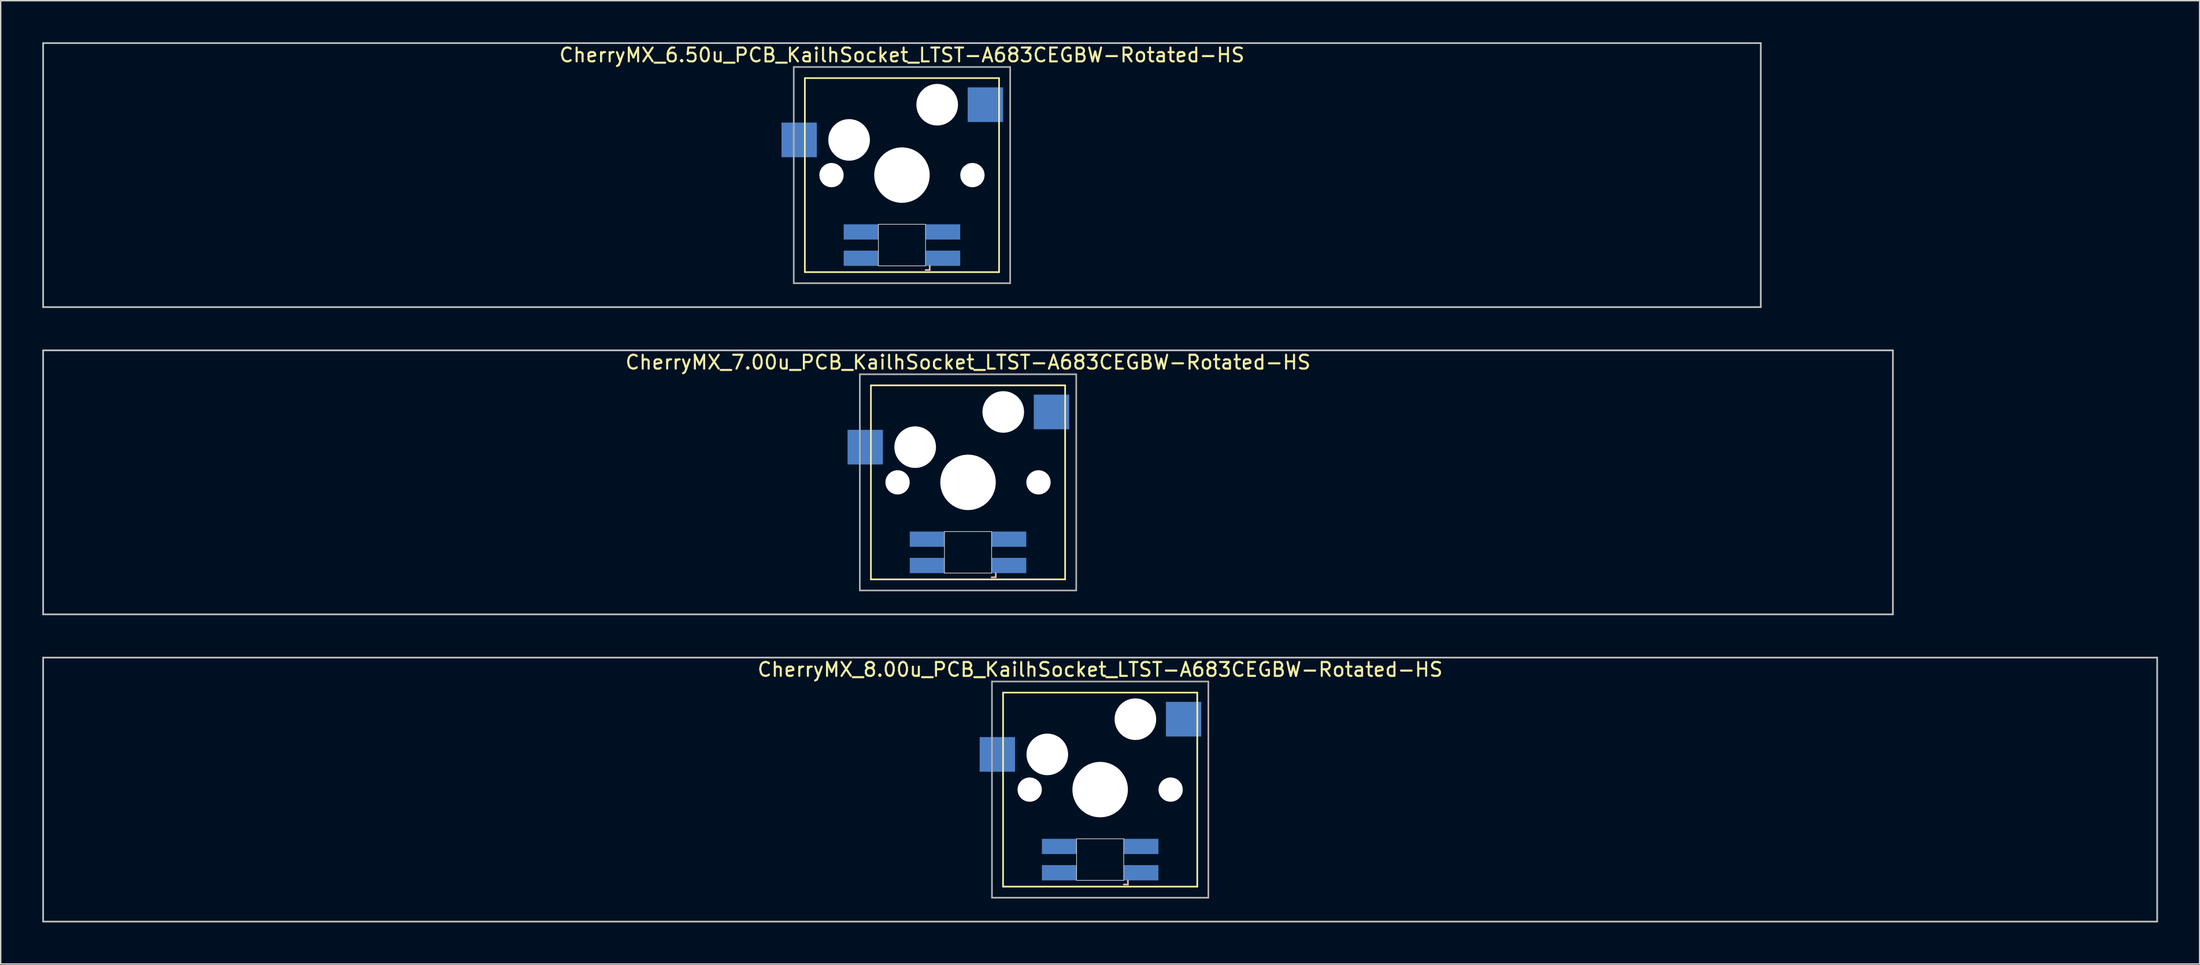
<source format=kicad_pcb>
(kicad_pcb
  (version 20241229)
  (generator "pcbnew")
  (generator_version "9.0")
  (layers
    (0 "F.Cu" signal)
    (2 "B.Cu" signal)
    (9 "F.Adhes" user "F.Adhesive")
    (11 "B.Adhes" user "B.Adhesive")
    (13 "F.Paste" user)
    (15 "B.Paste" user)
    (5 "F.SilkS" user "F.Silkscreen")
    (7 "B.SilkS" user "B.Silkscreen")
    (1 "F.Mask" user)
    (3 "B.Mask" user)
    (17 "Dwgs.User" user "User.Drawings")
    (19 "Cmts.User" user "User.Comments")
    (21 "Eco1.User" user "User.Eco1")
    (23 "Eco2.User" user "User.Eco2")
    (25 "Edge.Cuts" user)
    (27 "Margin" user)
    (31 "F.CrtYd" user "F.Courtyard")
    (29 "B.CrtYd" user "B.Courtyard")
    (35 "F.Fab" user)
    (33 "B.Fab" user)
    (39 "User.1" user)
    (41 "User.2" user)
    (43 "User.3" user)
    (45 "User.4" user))
  (footprint "CherryMX_7.00u_PCB_KailhSocket_LTST-A683CEGBW-Rotated-HS"
    (layer "F.Cu")
    (at 66.735 31.755)
    (property "Reference" "CherryMX_7.00u_PCB_KailhSocket_LTST-A683CEGBW-Rotated-HS" (at 0 -8.662 0) (layer "F.SilkS") (effects (font (size 1 1) (thickness 0.15))))
    (attr through_hole)
    (fp_line (start -7 -7) (end -7 7) (stroke (width 0.12) (type solid)) (layer "F.SilkS"))
    (fp_line (start -7 -7) (end 7 -7) (stroke (width 0.12) (type solid)) (layer "F.SilkS"))
    (fp_line (start 7 -7) (end 7 7) (stroke (width 0.12) (type solid)) (layer "F.SilkS"))
    (fp_line (start 7 7) (end -7 7) (stroke (width 0.12) (type solid)) (layer "F.SilkS"))
    (fp_line (start 1.7 6.85) (end 2 6.85) (stroke (width 0.12) (type solid)) (layer "B.SilkS"))
    (fp_line (start 2 6.85) (end 2 6.55) (stroke (width 0.12) (type solid)) (layer "B.SilkS"))
    (fp_line (start -66.675 -9.525) (end 66.675 -9.525) (stroke (width 0.12) (type solid)) (layer "Dwgs.User"))
    (fp_line (start -66.675 9.525) (end -66.675 -9.525) (stroke (width 0.12) (type solid)) (layer "Dwgs.User"))
    (fp_line (start 66.675 -9.525) (end 66.675 9.525) (stroke (width 0.12) (type solid)) (layer "Dwgs.User"))
    (fp_line (start 66.675 9.525) (end -66.675 9.525) (stroke (width 0.12) (type solid)) (layer "Dwgs.User"))
    (fp_line (start -1.7 3.55) (end 1.7 3.55) (stroke (width 0.05) (type solid)) (layer "Edge.Cuts"))
    (fp_line (start -1.7 6.55) (end -1.7 3.55) (stroke (width 0.05) (type solid)) (layer "Edge.Cuts"))
    (fp_line (start 1.7 3.55) (end 1.7 6.55) (stroke (width 0.05) (type solid)) (layer "Edge.Cuts"))
    (fp_line (start 1.7 6.55) (end -1.7 6.55) (stroke (width 0.05) (type solid)) (layer "Edge.Cuts"))
    (fp_line (start -7.8 -7.8) (end -7.8 7.8) (stroke (width 0.12) (type solid)) (layer "F.Fab"))
    (fp_line (start -7.8 -7.8) (end 7.8 -7.8) (stroke (width 0.12) (type solid)) (layer "F.Fab"))
    (fp_line (start -7.8 7.8) (end 7.8 7.8) (stroke (width 0.12) (type solid)) (layer "F.Fab"))
    (fp_line (start 7.8 -7.8) (end 7.8 7.8) (stroke (width 0.12) (type solid)) (layer "F.Fab"))
    (pad "" np_thru_hole circle (at -5.08 0) (size 1.75 1.75) (drill 1.75) (layers "*.Cu" "*.Mask"))
    (pad "" np_thru_hole circle (at -3.81 -2.54) (size 3 3) (drill 3) (layers "*.Cu" "*.Mask"))
    (pad "" np_thru_hole circle (at 0 0) (size 4 4) (drill 4) (layers "*.Cu" "*.Mask"))
    (pad "" np_thru_hole circle (at 2.54 -5.08) (size 3 3) (drill 3) (layers "*.Cu" "*.Mask"))
    (pad "" np_thru_hole circle (at 5.08 0) (size 1.75 1.75) (drill 1.75) (layers "*.Cu" "*.Mask"))
    (pad "1" smd rect (at -7.41 -2.54) (size 2.55 2.5) (layers "B.Cu" "B.Mask" "B.Paste"))
    (pad "2" smd rect (at 6.015 -5.08) (size 2.55 2.5) (layers "B.Cu" "B.Mask" "B.Paste"))
    (pad "3" smd rect (at 2.95 6) (size 2.5 1.1) (layers "B.Cu" "B.Mask" "B.Paste"))
    (pad "4" smd rect (at 2.95 4.1) (size 2.5 1.1) (layers "B.Cu" "B.Mask" "B.Paste"))
    (pad "5" smd rect (at -2.95 6) (size 2.5 1.1) (layers "B.Cu" "B.Mask" "B.Paste"))
    (pad "6" smd rect (at -2.95 4.1) (size 2.5 1.1) (layers "B.Cu" "B.Mask" "B.Paste")))
  (footprint "CherryMX_6.50u_PCB_KailhSocket_LTST-A683CEGBW-Rotated-HS"
    (layer "F.Cu")
    (at 61.972 9.585)
    (property "Reference" "CherryMX_6.50u_PCB_KailhSocket_LTST-A683CEGBW-Rotated-HS" (at 0 -8.662 0) (layer "F.SilkS") (effects (font (size 1 1) (thickness 0.15))))
    (attr through_hole)
    (fp_line (start -7 -7) (end -7 7) (stroke (width 0.12) (type solid)) (layer "F.SilkS"))
    (fp_line (start -7 -7) (end 7 -7) (stroke (width 0.12) (type solid)) (layer "F.SilkS"))
    (fp_line (start 7 -7) (end 7 7) (stroke (width 0.12) (type solid)) (layer "F.SilkS"))
    (fp_line (start 7 7) (end -7 7) (stroke (width 0.12) (type solid)) (layer "F.SilkS"))
    (fp_line (start 1.7 6.85) (end 2 6.85) (stroke (width 0.12) (type solid)) (layer "B.SilkS"))
    (fp_line (start 2 6.85) (end 2 6.55) (stroke (width 0.12) (type solid)) (layer "B.SilkS"))
    (fp_line (start -61.913 -9.525) (end 61.913 -9.525) (stroke (width 0.12) (type solid)) (layer "Dwgs.User"))
    (fp_line (start -61.913 9.525) (end -61.913 -9.525) (stroke (width 0.12) (type solid)) (layer "Dwgs.User"))
    (fp_line (start 61.913 -9.525) (end 61.913 9.525) (stroke (width 0.12) (type solid)) (layer "Dwgs.User"))
    (fp_line (start 61.913 9.525) (end -61.913 9.525) (stroke (width 0.12) (type solid)) (layer "Dwgs.User"))
    (fp_line (start -1.7 3.55) (end 1.7 3.55) (stroke (width 0.05) (type solid)) (layer "Edge.Cuts"))
    (fp_line (start -1.7 6.55) (end -1.7 3.55) (stroke (width 0.05) (type solid)) (layer "Edge.Cuts"))
    (fp_line (start 1.7 3.55) (end 1.7 6.55) (stroke (width 0.05) (type solid)) (layer "Edge.Cuts"))
    (fp_line (start 1.7 6.55) (end -1.7 6.55) (stroke (width 0.05) (type solid)) (layer "Edge.Cuts"))
    (fp_line (start -7.8 -7.8) (end -7.8 7.8) (stroke (width 0.12) (type solid)) (layer "F.Fab"))
    (fp_line (start -7.8 -7.8) (end 7.8 -7.8) (stroke (width 0.12) (type solid)) (layer "F.Fab"))
    (fp_line (start -7.8 7.8) (end 7.8 7.8) (stroke (width 0.12) (type solid)) (layer "F.Fab"))
    (fp_line (start 7.8 -7.8) (end 7.8 7.8) (stroke (width 0.12) (type solid)) (layer "F.Fab"))
    (pad "" np_thru_hole circle (at -5.08 0) (size 1.75 1.75) (drill 1.75) (layers "*.Cu" "*.Mask"))
    (pad "" np_thru_hole circle (at -3.81 -2.54) (size 3 3) (drill 3) (layers "*.Cu" "*.Mask"))
    (pad "" np_thru_hole circle (at 0 0) (size 4 4) (drill 4) (layers "*.Cu" "*.Mask"))
    (pad "" np_thru_hole circle (at 2.54 -5.08) (size 3 3) (drill 3) (layers "*.Cu" "*.Mask"))
    (pad "" np_thru_hole circle (at 5.08 0) (size 1.75 1.75) (drill 1.75) (layers "*.Cu" "*.Mask"))
    (pad "1" smd rect (at -7.41 -2.54) (size 2.55 2.5) (layers "B.Cu" "B.Mask" "B.Paste"))
    (pad "2" smd rect (at 6.015 -5.08) (size 2.55 2.5) (layers "B.Cu" "B.Mask" "B.Paste"))
    (pad "3" smd rect (at 2.95 6) (size 2.5 1.1) (layers "B.Cu" "B.Mask" "B.Paste"))
    (pad "4" smd rect (at 2.95 4.1) (size 2.5 1.1) (layers "B.Cu" "B.Mask" "B.Paste"))
    (pad "5" smd rect (at -2.95 6) (size 2.5 1.1) (layers "B.Cu" "B.Mask" "B.Paste"))
    (pad "6" smd rect (at -2.95 4.1) (size 2.5 1.1) (layers "B.Cu" "B.Mask" "B.Paste")))
  (footprint "CherryMX_8.00u_PCB_KailhSocket_LTST-A683CEGBW-Rotated-HS"
    (layer "F.Cu")
    (at 76.26 53.925)
    (property "Reference" "CherryMX_8.00u_PCB_KailhSocket_LTST-A683CEGBW-Rotated-HS" (at 0 -8.662 0) (layer "F.SilkS") (effects (font (size 1 1) (thickness 0.15))))
    (attr through_hole)
    (fp_line (start -7 -7) (end -7 7) (stroke (width 0.12) (type solid)) (layer "F.SilkS"))
    (fp_line (start -7 -7) (end 7 -7) (stroke (width 0.12) (type solid)) (layer "F.SilkS"))
    (fp_line (start 7 -7) (end 7 7) (stroke (width 0.12) (type solid)) (layer "F.SilkS"))
    (fp_line (start 7 7) (end -7 7) (stroke (width 0.12) (type solid)) (layer "F.SilkS"))
    (fp_line (start 1.7 6.85) (end 2 6.85) (stroke (width 0.12) (type solid)) (layer "B.SilkS"))
    (fp_line (start 2 6.85) (end 2 6.55) (stroke (width 0.12) (type solid)) (layer "B.SilkS"))
    (fp_line (start -76.2 -9.525) (end 76.2 -9.525) (stroke (width 0.12) (type solid)) (layer "Dwgs.User"))
    (fp_line (start -76.2 9.525) (end -76.2 -9.525) (stroke (width 0.12) (type solid)) (layer "Dwgs.User"))
    (fp_line (start 76.2 -9.525) (end 76.2 9.525) (stroke (width 0.12) (type solid)) (layer "Dwgs.User"))
    (fp_line (start 76.2 9.525) (end -76.2 9.525) (stroke (width 0.12) (type solid)) (layer "Dwgs.User"))
    (fp_line (start -1.7 3.55) (end 1.7 3.55) (stroke (width 0.05) (type solid)) (layer "Edge.Cuts"))
    (fp_line (start -1.7 6.55) (end -1.7 3.55) (stroke (width 0.05) (type solid)) (layer "Edge.Cuts"))
    (fp_line (start 1.7 3.55) (end 1.7 6.55) (stroke (width 0.05) (type solid)) (layer "Edge.Cuts"))
    (fp_line (start 1.7 6.55) (end -1.7 6.55) (stroke (width 0.05) (type solid)) (layer "Edge.Cuts"))
    (fp_line (start -7.8 -7.8) (end -7.8 7.8) (stroke (width 0.12) (type solid)) (layer "F.Fab"))
    (fp_line (start -7.8 -7.8) (end 7.8 -7.8) (stroke (width 0.12) (type solid)) (layer "F.Fab"))
    (fp_line (start -7.8 7.8) (end 7.8 7.8) (stroke (width 0.12) (type solid)) (layer "F.Fab"))
    (fp_line (start 7.8 -7.8) (end 7.8 7.8) (stroke (width 0.12) (type solid)) (layer "F.Fab"))
    (pad "" np_thru_hole circle (at -5.08 0) (size 1.75 1.75) (drill 1.75) (layers "*.Cu" "*.Mask"))
    (pad "" np_thru_hole circle (at -3.81 -2.54) (size 3 3) (drill 3) (layers "*.Cu" "*.Mask"))
    (pad "" np_thru_hole circle (at 0 0) (size 4 4) (drill 4) (layers "*.Cu" "*.Mask"))
    (pad "" np_thru_hole circle (at 2.54 -5.08) (size 3 3) (drill 3) (layers "*.Cu" "*.Mask"))
    (pad "" np_thru_hole circle (at 5.08 0) (size 1.75 1.75) (drill 1.75) (layers "*.Cu" "*.Mask"))
    (pad "1" smd rect (at -7.41 -2.54) (size 2.55 2.5) (layers "B.Cu" "B.Mask" "B.Paste"))
    (pad "2" smd rect (at 6.015 -5.08) (size 2.55 2.5) (layers "B.Cu" "B.Mask" "B.Paste"))
    (pad "3" smd rect (at 2.95 6) (size 2.5 1.1) (layers "B.Cu" "B.Mask" "B.Paste"))
    (pad "4" smd rect (at 2.95 4.1) (size 2.5 1.1) (layers "B.Cu" "B.Mask" "B.Paste"))
    (pad "5" smd rect (at -2.95 6) (size 2.5 1.1) (layers "B.Cu" "B.Mask" "B.Paste"))
    (pad "6" smd rect (at -2.95 4.1) (size 2.5 1.1) (layers "B.Cu" "B.Mask" "B.Paste")))
  (gr_rect
    (start -3 -3)
    (end 155.52 66.51)
    (stroke (width 0.1) (type default))
    (fill no)
    (layer "Edge.Cuts")))
</source>
